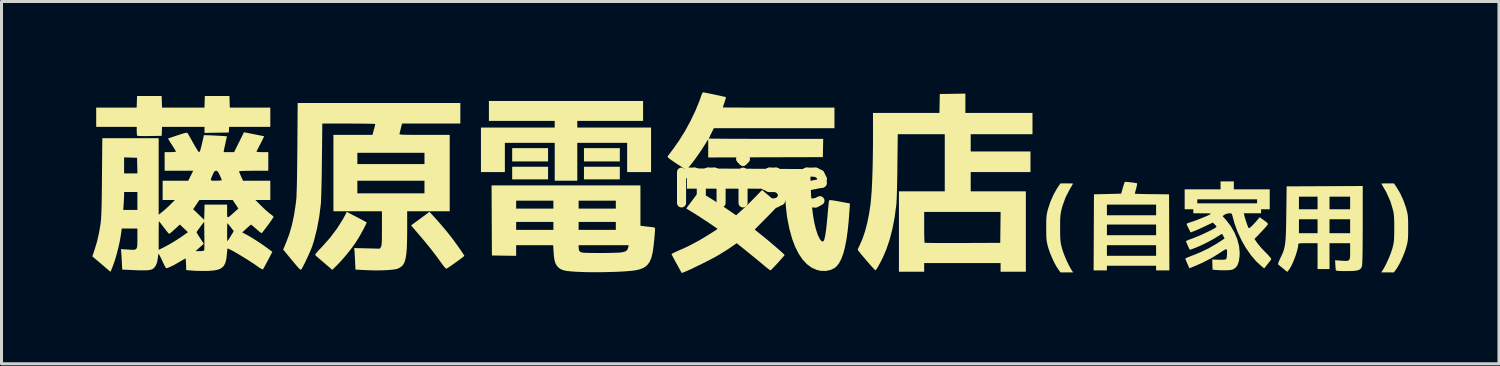
<source format=kicad_pcb>
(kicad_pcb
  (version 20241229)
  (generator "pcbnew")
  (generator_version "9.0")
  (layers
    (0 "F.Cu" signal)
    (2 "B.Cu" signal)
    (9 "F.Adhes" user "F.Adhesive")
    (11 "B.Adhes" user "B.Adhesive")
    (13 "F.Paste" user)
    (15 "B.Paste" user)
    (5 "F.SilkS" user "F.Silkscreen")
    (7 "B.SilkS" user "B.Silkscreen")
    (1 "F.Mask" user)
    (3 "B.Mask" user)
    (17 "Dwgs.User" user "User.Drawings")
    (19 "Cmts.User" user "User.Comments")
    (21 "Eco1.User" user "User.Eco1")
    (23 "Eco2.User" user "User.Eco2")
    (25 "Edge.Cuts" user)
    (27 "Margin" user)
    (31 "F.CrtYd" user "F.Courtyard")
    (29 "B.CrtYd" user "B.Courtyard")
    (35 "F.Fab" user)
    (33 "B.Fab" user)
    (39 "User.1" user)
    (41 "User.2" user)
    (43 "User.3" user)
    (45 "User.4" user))
  (footprint "mise"
    (layer "F.Cu")
    (at 21.752 2.964)
    (property "Reference" "mise" (at 0 0 0) (layer "F.SilkS") (effects (font (size 1.524 1.524) (thickness 0.3))))
    (attr board_only exclude_from_pos_files exclude_from_bom)
    (fp_poly (pts (xy -6.696 -0.681) (xy -7.881 -0.681) (xy -7.881 -1.12) (xy -6.696 -1.12)) (stroke (width 0) (type solid)) (fill yes) (layer "F.SilkS"))
    (fp_poly (pts (xy -6.696 -0.088) (xy -7.881 -0.088) (xy -7.881 -0.505) (xy -6.696 -0.505)) (stroke (width 0) (type solid)) (fill yes) (layer "F.SilkS"))
    (fp_poly (pts (xy -4.325 -0.681) (xy -5.51 -0.681) (xy -5.51 -1.12) (xy -4.325 -1.12)) (stroke (width 0) (type solid)) (fill yes) (layer "F.SilkS"))
    (fp_poly (pts (xy -4.325 -0.088) (xy -5.51 -0.088) (xy -5.51 -0.505) (xy -4.325 -0.505)) (stroke (width 0) (type solid)) (fill yes) (layer "F.SilkS"))
    (fp_poly (pts (xy -3.556 -2.02) (xy -5.73 -2.02) (xy -5.73 -1.8) (xy -3.293 -1.8) (xy -3.293 -0.329) (xy -4.083 -0.329) (xy -4.083 -1.295) (xy -5.73 -1.295) (xy -5.73 -0.044) (xy -6.476 -0.044) (xy -6.476 -1.295) (xy -8.123 -1.295) (xy -8.123 -0.329) (xy -8.913 -0.329) (xy -8.913 -1.8) (xy -6.476 -1.8) (xy -6.476 -2.02) (xy -8.65 -2.02) (xy -8.65 -2.678) (xy -3.556 -2.678)) (stroke (width 0) (type solid)) (fill yes) (layer "F.SilkS"))
    (fp_poly (pts (xy -19.455 -2.651) (xy -19.449 -2.459) (xy -18.047 -2.459) (xy -18.041 -2.651) (xy -18.035 -2.843) (xy -17.222 -2.843) (xy -17.216 -2.651) (xy -17.21 -2.459) (xy -15.872 -2.459) (xy -15.872 -1.822) (xy -17.231 -1.822) (xy -17.238 -1.729) (xy -17.244 -1.636) (xy -17.645 -1.63) (xy -18.046 -1.624) (xy -18.046 -1.822) (xy -19.449 -1.822) (xy -19.455 -1.674) (xy -19.462 -1.526) (xy -19.858 -1.52) (xy -19.986 -1.519) (xy -20.098 -1.519) (xy -20.188 -1.521) (xy -20.248 -1.525) (xy -20.27 -1.529) (xy -20.278 -1.557) (xy -20.283 -1.616) (xy -20.285 -1.683) (xy -20.285 -1.822) (xy -21.624 -1.822) (xy -21.624 -2.459) (xy -20.287 -2.459) (xy -20.28 -2.651) (xy -20.274 -2.843) (xy -19.462 -2.843)) (stroke (width 0) (type solid)) (fill yes) (layer "F.SilkS"))
    (fp_poly (pts (xy -13.023 1.155) (xy -12.915 1.211) (xy -12.821 1.261) (xy -12.748 1.3) (xy -12.703 1.324) (xy -12.691 1.331) (xy -12.695 1.354) (xy -12.718 1.408) (xy -12.756 1.485) (xy -12.806 1.579) (xy -12.862 1.682) (xy -12.922 1.787) (xy -12.982 1.887) (xy -13.038 1.976) (xy -13.05 1.995) (xy -13.179 2.176) (xy -13.328 2.367) (xy -13.486 2.553) (xy -13.639 2.719) (xy -13.683 2.762) (xy -13.824 2.901) (xy -14.085 2.678) (xy -14.177 2.599) (xy -14.26 2.528) (xy -14.325 2.471) (xy -14.367 2.434) (xy -14.378 2.425) (xy -14.386 2.409) (xy -14.38 2.386) (xy -14.357 2.35) (xy -14.312 2.298) (xy -14.242 2.222) (xy -14.179 2.157) (xy -13.905 1.85) (xy -13.665 1.532) (xy -13.463 1.21) (xy -13.394 1.08) (xy -13.346 0.986)) (stroke (width 0) (type solid)) (fill yes) (layer "F.SilkS"))
    (fp_poly (pts (xy -10.475 1.135) (xy -10.344 1.28) (xy -10.199 1.446) (xy -10.055 1.618) (xy -9.925 1.781) (xy -9.901 1.811) (xy -9.838 1.894) (xy -9.768 1.989) (xy -9.696 2.089) (xy -9.625 2.189) (xy -9.562 2.28) (xy -9.511 2.356) (xy -9.476 2.411) (xy -9.462 2.438) (xy -9.462 2.439) (xy -9.479 2.455) (xy -9.524 2.491) (xy -9.592 2.542) (xy -9.674 2.602) (xy -9.763 2.666) (xy -9.852 2.73) (xy -9.934 2.787) (xy -10.002 2.833) (xy -10.048 2.862) (xy -10.049 2.862) (xy -10.076 2.853) (xy -10.121 2.807) (xy -10.18 2.73) (xy -10.399 2.43) (xy -10.625 2.139) (xy -10.846 1.871) (xy -10.885 1.825) (xy -10.968 1.729) (xy -11.045 1.639) (xy -11.109 1.564) (xy -11.154 1.511) (xy -11.17 1.493) (xy -11.22 1.432) (xy -10.917 1.209) (xy -10.614 0.985)) (stroke (width 0) (type solid)) (fill yes) (layer "F.SilkS"))
    (fp_poly (pts (xy 12.464 -0.000058) (xy 12.544 0.008) (xy 12.626 0.018) (xy 12.698 0.028) (xy 12.749 0.037) (xy 12.765 0.043) (xy 12.765 0.071) (xy 12.754 0.129) (xy 12.735 0.206) (xy 12.732 0.216) (xy 12.711 0.293) (xy 12.696 0.353) (xy 12.689 0.382) (xy 12.689 0.384) (xy 12.71 0.387) (xy 12.769 0.39) (xy 12.861 0.393) (xy 12.978 0.396) (xy 13.117 0.399) (xy 13.254 0.4) (xy 13.82 0.406) (xy 13.831 2.92) (xy 13.392 2.92) (xy 13.392 2.766) (xy 11.767 2.766) (xy 11.767 2.92) (xy 11.328 2.92) (xy 11.33 2.437) (xy 11.767 2.437) (xy 13.392 2.437) (xy 13.392 2.086) (xy 11.767 2.086) (xy 11.767 2.437) (xy 11.33 2.437) (xy 11.333 1.756) (xy 11.767 1.756) (xy 13.392 1.756) (xy 13.392 1.405) (xy 11.767 1.405) (xy 11.767 1.756) (xy 11.333 1.756) (xy 11.336 1.098) (xy 11.767 1.098) (xy 13.392 1.098) (xy 13.392 0.746) (xy 11.767 0.746) (xy 11.767 1.098) (xy 11.336 1.098) (xy 11.339 0.406) (xy 11.788 0.395) (xy 12.237 0.384) (xy 12.293 0.19) (xy 12.319 0.106) (xy 12.34 0.039) (xy 12.356 0.001) (xy 12.36 -0.005) (xy 12.399 -0.005)) (stroke (width 0) (type solid)) (fill yes) (layer "F.SilkS"))
    (fp_poly (pts (xy 10.529 0.045) (xy 10.599 0.047) (xy 10.64 0.049) (xy 10.647 0.051) (xy 10.637 0.072) (xy 10.608 0.122) (xy 10.567 0.192) (xy 10.539 0.239) (xy 10.398 0.514) (xy 10.292 0.812) (xy 10.26 0.934) (xy 10.245 1.009) (xy 10.234 1.087) (xy 10.226 1.179) (xy 10.222 1.292) (xy 10.221 1.435) (xy 10.221 1.537) (xy 10.222 1.69) (xy 10.224 1.808) (xy 10.229 1.901) (xy 10.237 1.978) (xy 10.248 2.048) (xy 10.265 2.12) (xy 10.281 2.184) (xy 10.322 2.314) (xy 10.379 2.463) (xy 10.446 2.617) (xy 10.516 2.761) (xy 10.583 2.882) (xy 10.604 2.914) (xy 10.652 2.986) (xy 10.234 2.986) (xy 10.165 2.892) (xy 10.097 2.788) (xy 10.025 2.654) (xy 9.954 2.503) (xy 9.889 2.347) (xy 9.838 2.2) (xy 9.82 2.14) (xy 9.799 2.057) (xy 9.784 1.985) (xy 9.773 1.913) (xy 9.767 1.833) (xy 9.763 1.733) (xy 9.762 1.605) (xy 9.762 1.515) (xy 9.762 1.367) (xy 9.764 1.253) (xy 9.769 1.164) (xy 9.777 1.089) (xy 9.789 1.02) (xy 9.806 0.946) (xy 9.821 0.89) (xy 9.9 0.652) (xy 10 0.422) (xy 10.116 0.216) (xy 10.14 0.179) (xy 10.232 0.044) (xy 10.44 0.044)) (stroke (width 0) (type solid)) (fill yes) (layer "F.SilkS"))
    (fp_poly (pts (xy 21.341 0.179) (xy 21.458 0.377) (xy 21.562 0.604) (xy 21.646 0.842) (xy 21.66 0.89) (xy 21.681 0.972) (xy 21.697 1.043) (xy 21.708 1.113) (xy 21.714 1.191) (xy 21.718 1.288) (xy 21.719 1.412) (xy 21.719 1.515) (xy 21.719 1.664) (xy 21.717 1.778) (xy 21.712 1.869) (xy 21.704 1.944) (xy 21.691 2.015) (xy 21.674 2.09) (xy 21.661 2.14) (xy 21.617 2.279) (xy 21.557 2.433) (xy 21.489 2.588) (xy 21.416 2.731) (xy 21.346 2.85) (xy 21.316 2.892) (xy 21.247 2.986) (xy 20.829 2.986) (xy 20.877 2.914) (xy 20.942 2.805) (xy 21.012 2.666) (xy 21.081 2.514) (xy 21.142 2.362) (xy 21.189 2.224) (xy 21.2 2.184) (xy 21.221 2.103) (xy 21.236 2.032) (xy 21.247 1.961) (xy 21.253 1.882) (xy 21.257 1.784) (xy 21.259 1.659) (xy 21.26 1.537) (xy 21.26 1.372) (xy 21.257 1.242) (xy 21.252 1.139) (xy 21.243 1.054) (xy 21.23 0.977) (xy 21.221 0.934) (xy 21.129 0.629) (xy 21.001 0.344) (xy 20.942 0.239) (xy 20.895 0.161) (xy 20.859 0.098) (xy 20.837 0.059) (xy 20.834 0.051) (xy 20.854 0.048) (xy 20.909 0.046) (xy 20.988 0.044) (xy 21.041 0.044) (xy 21.249 0.044)) (stroke (width 0) (type solid)) (fill yes) (layer "F.SilkS"))
    (fp_poly (pts (xy 7.091 -2.283) (xy 9.308 -2.283) (xy 9.308 -1.581) (xy 7.267 -1.581) (xy 7.267 -1.01) (xy 9.242 -1.01) (xy 9.242 -0.329) (xy 7.267 -0.329) (xy 7.267 0.307) (xy 9.089 0.307) (xy 9.089 2.964) (xy 8.254 2.964) (xy 8.254 2.678) (xy 5.73 2.678) (xy 5.73 2.964) (xy 4.896 2.964) (xy 4.896 1.489) (xy 5.73 1.489) (xy 5.73 1.633) (xy 5.732 1.763) (xy 5.735 1.87) (xy 5.738 1.951) (xy 5.742 1.997) (xy 5.745 2.005) (xy 5.769 2.008) (xy 5.833 2.01) (xy 5.933 2.012) (xy 6.065 2.014) (xy 6.225 2.015) (xy 6.409 2.015) (xy 6.613 2.015) (xy 6.833 2.015) (xy 7.001 2.014) (xy 8.243 2.009) (xy 8.255 0.988) (xy 5.73 0.988) (xy 5.73 1.489) (xy 4.896 1.489) (xy 4.896 0.307) (xy 6.41 0.307) (xy 6.41 -1.581) (xy 4.857 -1.581) (xy 4.845 -0.521) (xy 4.843 -0.301) (xy 4.839 -0.087) (xy 4.835 0.116) (xy 4.83 0.301) (xy 4.825 0.464) (xy 4.819 0.599) (xy 4.814 0.7) (xy 4.809 0.757) (xy 4.753 1.175) (xy 4.679 1.556) (xy 4.589 1.904) (xy 4.48 2.224) (xy 4.387 2.444) (xy 4.335 2.552) (xy 4.281 2.659) (xy 4.228 2.756) (xy 4.181 2.836) (xy 4.144 2.892) (xy 4.121 2.916) (xy 4.121 2.916) (xy 4.102 2.902) (xy 4.061 2.86) (xy 4.002 2.796) (xy 3.931 2.717) (xy 3.853 2.628) (xy 3.774 2.535) (xy 3.698 2.446) (xy 3.631 2.365) (xy 3.578 2.298) (xy 3.544 2.253) (xy 3.534 2.236) (xy 3.544 2.207) (xy 3.568 2.152) (xy 3.599 2.089) (xy 3.692 1.875) (xy 3.777 1.625) (xy 3.85 1.344) (xy 3.912 1.04) (xy 3.959 0.718) (xy 3.962 0.69) (xy 3.979 0.514) (xy 3.995 0.3) (xy 4.008 0.051) (xy 4.019 -0.228) (xy 4.028 -0.533) (xy 4.034 -0.858) (xy 4.038 -1.2) (xy 4.039 -1.487) (xy 4.039 -2.283) (xy 6.234 -2.283) (xy 6.246 -2.909) (xy 6.668 -2.915) (xy 7.091 -2.921)) (stroke (width 0) (type solid)) (fill yes) (layer "F.SilkS"))
    (fp_poly (pts (xy -3.644 1.444) (xy -3.551 1.456) (xy -3.478 1.465) (xy -3.384 1.476) (xy -3.309 1.483) (xy -3.228 1.493) (xy -3.183 1.506) (xy -3.164 1.523) (xy -3.161 1.536) (xy -3.164 1.611) (xy -3.171 1.717) (xy -3.182 1.844) (xy -3.196 1.978) (xy -3.21 2.109) (xy -3.225 2.225) (xy -3.238 2.314) (xy -3.24 2.325) (xy -3.283 2.503) (xy -3.344 2.644) (xy -3.426 2.752) (xy -3.535 2.831) (xy -3.673 2.886) (xy -3.82 2.918) (xy -3.95 2.934) (xy -4.116 2.948) (xy -4.31 2.96) (xy -4.526 2.969) (xy -4.756 2.975) (xy -4.992 2.979) (xy -5.226 2.979) (xy -5.452 2.976) (xy -5.661 2.969) (xy -5.788 2.963) (xy -5.954 2.951) (xy -6.083 2.936) (xy -6.182 2.915) (xy -6.259 2.887) (xy -6.32 2.85) (xy -6.366 2.811) (xy -6.416 2.751) (xy -6.453 2.682) (xy -6.48 2.594) (xy -6.499 2.479) (xy -6.512 2.331) (xy -6.514 2.302) (xy -6.522 2.169) (xy -5.686 2.169) (xy -5.675 2.253) (xy -5.637 2.305) (xy -5.568 2.33) (xy -5.543 2.333) (xy -5.471 2.338) (xy -5.363 2.341) (xy -5.23 2.343) (xy -5.079 2.344) (xy -4.92 2.344) (xy -4.762 2.343) (xy -4.613 2.34) (xy -4.482 2.337) (xy -4.379 2.333) (xy -4.317 2.329) (xy -4.206 2.312) (xy -4.13 2.286) (xy -4.083 2.245) (xy -4.055 2.185) (xy -4.048 2.157) (xy -4.034 2.086) (xy -5.686 2.086) (xy -5.686 2.169) (xy -6.522 2.169) (xy -6.527 2.086) (xy -7.75 2.086) (xy -7.75 2.438) (xy -8.15 2.432) (xy -8.551 2.426) (xy -8.555 1.581) (xy -7.75 1.581) (xy -6.52 1.581) (xy -5.686 1.581) (xy -4.457 1.581) (xy -4.457 1.317) (xy -5.686 1.317) (xy -5.686 1.581) (xy -6.52 1.581) (xy -6.52 1.317) (xy -7.75 1.317) (xy -7.75 1.581) (xy -8.555 1.581) (xy -8.557 1.268) (xy -8.558 0.878) (xy -7.75 0.878) (xy -6.52 0.878) (xy -5.686 0.878) (xy -4.457 0.878) (xy -4.457 0.615) (xy -5.686 0.615) (xy -5.686 0.878) (xy -6.52 0.878) (xy -6.52 0.615) (xy -7.75 0.615) (xy -7.75 0.878) (xy -8.558 0.878) (xy -8.562 0.11) (xy -3.644 0.11)) (stroke (width 0) (type solid)) (fill yes) (layer "F.SilkS"))
    (fp_poly (pts (xy 20.218 1.421) (xy 20.217 1.72) (xy 20.216 1.976) (xy 20.214 2.194) (xy 20.212 2.374) (xy 20.209 2.518) (xy 20.205 2.63) (xy 20.201 2.712) (xy 20.195 2.765) (xy 20.19 2.788) (xy 20.167 2.84) (xy 20.132 2.88) (xy 20.081 2.908) (xy 20.007 2.926) (xy 19.904 2.937) (xy 19.767 2.941) (xy 19.675 2.942) (xy 19.537 2.941) (xy 19.438 2.937) (xy 19.373 2.931) (xy 19.339 2.922) (xy 19.331 2.914) (xy 19.325 2.88) (xy 19.319 2.815) (xy 19.314 2.736) (xy 19.305 2.584) (xy 19.512 2.598) (xy 19.624 2.605) (xy 19.703 2.604) (xy 19.754 2.589) (xy 19.784 2.554) (xy 19.798 2.492) (xy 19.802 2.398) (xy 19.802 2.293) (xy 19.802 2.02) (xy 19.121 2.02) (xy 19.121 2.876) (xy 18.726 2.876) (xy 18.726 2.02) (xy 18.408 2.02) (xy 18.284 2.02) (xy 18.197 2.022) (xy 18.14 2.026) (xy 18.108 2.032) (xy 18.093 2.043) (xy 18.09 2.058) (xy 18.09 2.061) (xy 18.08 2.149) (xy 18.052 2.264) (xy 18.012 2.397) (xy 17.962 2.535) (xy 17.907 2.669) (xy 17.85 2.787) (xy 17.797 2.879) (xy 17.776 2.906) (xy 17.725 2.969) (xy 17.583 2.853) (xy 17.516 2.798) (xy 17.461 2.752) (xy 17.427 2.724) (xy 17.423 2.72) (xy 17.424 2.695) (xy 17.442 2.639) (xy 17.474 2.563) (xy 17.504 2.499) (xy 17.544 2.415) (xy 17.577 2.339) (xy 17.605 2.264) (xy 17.627 2.186) (xy 17.645 2.1) (xy 17.659 2.001) (xy 17.67 1.885) (xy 17.678 1.746) (xy 17.68 1.69) (xy 18.111 1.69) (xy 18.726 1.69) (xy 19.121 1.69) (xy 19.802 1.69) (xy 19.802 1.229) (xy 19.121 1.229) (xy 19.121 1.69) (xy 18.726 1.69) (xy 18.726 1.229) (xy 18.111 1.229) (xy 18.111 1.69) (xy 17.68 1.69) (xy 17.684 1.579) (xy 17.688 1.381) (xy 17.692 1.145) (xy 17.693 1.043) (xy 17.695 0.9) (xy 18.111 0.9) (xy 18.726 0.9) (xy 19.121 0.9) (xy 19.802 0.9) (xy 19.802 0.483) (xy 19.121 0.483) (xy 19.121 0.9) (xy 18.726 0.9) (xy 18.726 0.483) (xy 18.111 0.483) (xy 18.111 0.9) (xy 17.695 0.9) (xy 17.705 0.143) (xy 18.962 0.137) (xy 20.219 0.131)) (stroke (width 0) (type solid)) (fill yes) (layer "F.SilkS"))
    (fp_poly (pts (xy 0.648 0.495) (xy 0.74 0.574) (xy 0.819 0.645) (xy 0.879 0.701) (xy 0.915 0.739) (xy 0.922 0.75) (xy 0.907 0.771) (xy 0.865 0.819) (xy 0.8 0.888) (xy 0.717 0.976) (xy 0.619 1.076) (xy 0.527 1.169) (xy 0.42 1.277) (xy 0.324 1.373) (xy 0.243 1.455) (xy 0.181 1.518) (xy 0.143 1.557) (xy 0.132 1.569) (xy 0.148 1.584) (xy 0.192 1.62) (xy 0.256 1.671) (xy 0.324 1.725) (xy 0.417 1.8) (xy 0.52 1.885) (xy 0.63 1.976) (xy 0.739 2.069) (xy 0.844 2.159) (xy 0.94 2.242) (xy 1.02 2.313) (xy 1.079 2.368) (xy 1.114 2.402) (xy 1.12 2.41) (xy 1.105 2.431) (xy 1.067 2.477) (xy 1.011 2.541) (xy 0.944 2.616) (xy 0.872 2.695) (xy 0.801 2.771) (xy 0.737 2.838) (xy 0.688 2.888) (xy 0.659 2.914) (xy 0.655 2.916) (xy 0.631 2.906) (xy 0.582 2.872) (xy 0.515 2.82) (xy 0.444 2.761) (xy 0.365 2.694) (xy 0.261 2.608) (xy 0.141 2.509) (xy 0.015 2.407) (xy -0.105 2.309) (xy -0.463 2.021) (xy -0.665 2.16) (xy -0.773 2.232) (xy -0.901 2.313) (xy -1.028 2.391) (xy -1.098 2.432) (xy -1.191 2.484) (xy -1.31 2.548) (xy -1.448 2.619) (xy -1.595 2.693) (xy -1.744 2.766) (xy -1.886 2.835) (xy -2.013 2.895) (xy -2.118 2.942) (xy -2.188 2.971) (xy -2.279 3.006) (xy -2.448 2.701) (xy -2.506 2.596) (xy -2.555 2.505) (xy -2.592 2.434) (xy -2.613 2.391) (xy -2.616 2.38) (xy -2.597 2.366) (xy -2.545 2.339) (xy -2.469 2.302) (xy -2.378 2.262) (xy -2.174 2.171) (xy -1.994 2.084) (xy -1.816 1.99) (xy -1.679 1.914) (xy -1.604 1.87) (xy -1.514 1.816) (xy -1.418 1.758) (xy -1.323 1.698) (xy -1.236 1.643) (xy -1.165 1.597) (xy -1.116 1.564) (xy -1.098 1.548) (xy -1.098 1.548) (xy -1.115 1.533) (xy -1.163 1.499) (xy -1.236 1.449) (xy -1.327 1.387) (xy -1.431 1.317) (xy -1.541 1.245) (xy -1.65 1.173) (xy -1.754 1.106) (xy -1.845 1.048) (xy -1.905 1.011) (xy -2.131 0.873) (xy -2.079 0.804) (xy -2.045 0.759) (xy -1.993 0.689) (xy -1.929 0.604) (xy -1.867 0.521) (xy -1.707 0.307) (xy -1.627 0.355) (xy -1.432 0.475) (xy -1.265 0.578) (xy -1.118 0.671) (xy -0.98 0.761) (xy -0.844 0.852) (xy -0.785 0.892) (xy -0.484 1.099) (xy -0.291 0.926) (xy -0.202 0.843) (xy -0.096 0.741) (xy 0.016 0.631) (xy 0.121 0.525) (xy 0.138 0.507) (xy 0.374 0.262)) (stroke (width 0) (type solid)) (fill yes) (layer "F.SilkS"))
    (fp_poly (pts (xy -9.594 -1.932) (xy -11.52 -1.932) (xy -11.557 -1.784) (xy -11.577 -1.703) (xy -11.594 -1.636) (xy -11.605 -1.597) (xy -11.606 -1.587) (xy -11.599 -1.579) (xy -11.58 -1.573) (xy -11.546 -1.568) (xy -11.492 -1.564) (xy -11.415 -1.562) (xy -11.31 -1.56) (xy -11.173 -1.559) (xy -11 -1.559) (xy -10.788 -1.559) (xy -9.945 -1.559) (xy -9.945 0.966) (xy -11.35 0.966) (xy -11.35 1.542) (xy -11.352 1.809) (xy -11.357 2.035) (xy -11.365 2.224) (xy -11.379 2.381) (xy -11.399 2.509) (xy -11.425 2.611) (xy -11.459 2.692) (xy -11.502 2.755) (xy -11.555 2.803) (xy -11.618 2.84) (xy -11.68 2.867) (xy -11.753 2.884) (xy -11.863 2.898) (xy -12.003 2.909) (xy -12.166 2.916) (xy -12.345 2.919) (xy -12.533 2.917) (xy -12.723 2.91) (xy -12.738 2.909) (xy -13.058 2.893) (xy -13.072 2.594) (xy -13.078 2.479) (xy -13.084 2.375) (xy -13.089 2.293) (xy -13.094 2.243) (xy -13.094 2.238) (xy -13.103 2.181) (xy -12.68 2.191) (xy -12.256 2.201) (xy -12.22 2.149) (xy -12.209 2.128) (xy -12.2 2.098) (xy -12.194 2.053) (xy -12.189 1.987) (xy -12.186 1.896) (xy -12.185 1.775) (xy -12.184 1.617) (xy -12.184 1.532) (xy -12.184 0.966) (xy -13.787 0.966) (xy -13.787 0.373) (xy -12.996 0.373) (xy -10.779 0.373) (xy -10.779 -0.044) (xy -12.996 -0.044) (xy -12.996 0.373) (xy -13.787 0.373) (xy -13.787 -0.593) (xy -12.996 -0.593) (xy -10.779 -0.593) (xy -10.779 -0.966) (xy -12.996 -0.966) (xy -12.996 -0.593) (xy -13.787 -0.593) (xy -13.787 -1.559) (xy -12.496 -1.559) (xy -12.45 -1.73) (xy -12.428 -1.812) (xy -12.412 -1.877) (xy -12.404 -1.913) (xy -12.404 -1.917) (xy -12.425 -1.92) (xy -12.485 -1.923) (xy -12.58 -1.926) (xy -12.705 -1.928) (xy -12.855 -1.93) (xy -13.026 -1.931) (xy -13.213 -1.932) (xy -13.279 -1.932) (xy -14.154 -1.932) (xy -14.167 -0.719) (xy -14.17 -0.483) (xy -14.173 -0.254) (xy -14.177 -0.035) (xy -14.182 0.167) (xy -14.187 0.347) (xy -14.192 0.501) (xy -14.197 0.624) (xy -14.201 0.71) (xy -14.204 0.735) (xy -14.256 1.15) (xy -14.331 1.549) (xy -14.425 1.923) (xy -14.482 2.107) (xy -14.51 2.181) (xy -14.551 2.28) (xy -14.601 2.393) (xy -14.655 2.513) (xy -14.711 2.63) (xy -14.763 2.735) (xy -14.807 2.82) (xy -14.84 2.875) (xy -14.845 2.883) (xy -14.857 2.894) (xy -14.873 2.894) (xy -14.896 2.88) (xy -14.931 2.847) (xy -14.981 2.791) (xy -15.05 2.71) (xy -15.143 2.599) (xy -15.161 2.577) (xy -15.447 2.23) (xy -15.353 2.01) (xy -15.248 1.731) (xy -15.161 1.432) (xy -15.09 1.106) (xy -15.035 0.747) (xy -15.014 0.571) (xy -15.008 0.502) (xy -15.004 0.393) (xy -14.999 0.246) (xy -14.994 0.066) (xy -14.99 -0.146) (xy -14.986 -0.384) (xy -14.983 -0.646) (xy -14.98 -0.929) (xy -14.978 -1.136) (xy -14.968 -2.612) (xy -9.594 -2.612)) (stroke (width 0) (type solid)) (fill yes) (layer "F.SilkS"))
    (fp_poly (pts (xy -1.543 -2.959) (xy -1.479 -2.947) (xy -1.391 -2.93) (xy -1.288 -2.909) (xy -1.178 -2.885) (xy -1.069 -2.862) (xy -0.97 -2.84) (xy -0.89 -2.822) (xy -0.837 -2.809) (xy -0.82 -2.803) (xy -0.823 -2.78) (xy -0.837 -2.726) (xy -0.86 -2.652) (xy -0.867 -2.632) (xy -0.893 -2.555) (xy -0.912 -2.496) (xy -0.921 -2.466) (xy -0.922 -2.464) (xy -0.9 -2.463) (xy -0.838 -2.463) (xy -0.739 -2.462) (xy -0.605 -2.461) (xy -0.44 -2.461) (xy -0.247 -2.46) (xy -0.03 -2.46) (xy 0.209 -2.459) (xy 0.467 -2.459) (xy 0.739 -2.459) (xy 0.922 -2.459) (xy 2.766 -2.459) (xy 2.766 -1.778) (xy -1.22 -1.778) (xy -1.301 -1.613) (xy -1.339 -1.537) (xy -1.367 -1.476) (xy -1.382 -1.442) (xy -1.383 -1.438) (xy -1.362 -1.436) (xy -1.299 -1.434) (xy -1.2 -1.433) (xy -1.066 -1.432) (xy -0.9 -1.431) (xy -0.707 -1.429) (xy -0.488 -1.429) (xy -0.248 -1.428) (xy 0.01 -1.427) (xy 0.284 -1.427) (xy 0.506 -1.427) (xy 2.394 -1.427) (xy 2.382 -0.823) (xy 0.488 -0.818) (xy -1.405 -0.812) (xy -1.405 -1.114) (xy -1.405 -1.416) (xy -1.485 -1.284) (xy -1.56 -1.165) (xy -1.648 -1.03) (xy -1.743 -0.891) (xy -1.837 -0.76) (xy -1.921 -0.647) (xy -1.973 -0.582) (xy -2.083 -0.45) (xy -0.059 -0.439) (xy 1.965 -0.428) (xy 1.979 0.11) (xy 1.994 0.453) (xy 2.019 0.771) (xy 2.053 1.06) (xy 2.095 1.316) (xy 2.147 1.537) (xy 2.206 1.72) (xy 2.23 1.777) (xy 2.283 1.883) (xy 2.33 1.946) (xy 2.372 1.967) (xy 2.404 1.952) (xy 2.427 1.908) (xy 2.45 1.82) (xy 2.473 1.691) (xy 2.496 1.521) (xy 2.518 1.312) (xy 2.536 1.12) (xy 2.547 0.984) (xy 2.559 0.86) (xy 2.569 0.757) (xy 2.577 0.681) (xy 2.582 0.641) (xy 2.582 0.64) (xy 2.586 0.62) (xy 2.593 0.606) (xy 2.609 0.599) (xy 2.64 0.598) (xy 2.691 0.603) (xy 2.767 0.615) (xy 2.875 0.634) (xy 3.021 0.661) (xy 3.027 0.662) (xy 3.277 0.709) (xy 3.262 0.942) (xy 3.234 1.308) (xy 3.2 1.632) (xy 3.159 1.916) (xy 3.111 2.161) (xy 3.056 2.368) (xy 2.992 2.539) (xy 2.921 2.676) (xy 2.841 2.779) (xy 2.771 2.839) (xy 2.636 2.905) (xy 2.482 2.937) (xy 2.317 2.934) (xy 2.187 2.906) (xy 2.015 2.83) (xy 1.857 2.714) (xy 1.711 2.558) (xy 1.58 2.363) (xy 1.464 2.131) (xy 1.364 1.863) (xy 1.28 1.56) (xy 1.213 1.224) (xy 1.198 1.131) (xy 1.187 1.046) (xy 1.174 0.932) (xy 1.161 0.8) (xy 1.149 0.661) (xy 1.137 0.525) (xy 1.128 0.402) (xy 1.122 0.303) (xy 1.12 0.247) (xy 1.111 0.242) (xy 1.085 0.237) (xy 1.038 0.233) (xy 0.967 0.23) (xy 0.871 0.227) (xy 0.746 0.224) (xy 0.591 0.223) (xy 0.403 0.221) (xy 0.179 0.22) (xy -0.084 0.22) (xy -0.386 0.22) (xy -0.494 0.22) (xy -2.108 0.22) (xy -2.108 -0.099) (xy -2.109 -0.232) (xy -2.112 -0.326) (xy -2.118 -0.385) (xy -2.127 -0.413) (xy -2.134 -0.417) (xy -2.161 -0.429) (xy -2.217 -0.461) (xy -2.296 -0.509) (xy -2.391 -0.57) (xy -2.464 -0.618) (xy -2.576 -0.693) (xy -2.656 -0.748) (xy -2.707 -0.788) (xy -2.736 -0.816) (xy -2.746 -0.836) (xy -2.742 -0.853) (xy -2.739 -0.858) (xy -2.715 -0.89) (xy -2.671 -0.949) (xy -2.614 -1.025) (xy -2.556 -1.101) (xy -2.358 -1.384) (xy -2.166 -1.693) (xy -1.989 -2.019) (xy -1.831 -2.348) (xy -1.699 -2.67) (xy -1.636 -2.848) (xy -1.612 -2.912) (xy -1.587 -2.954) (xy -1.573 -2.964)) (stroke (width 0) (type solid)) (fill yes) (layer "F.SilkS"))
    (fp_poly (pts (xy 15.96 0.241) (xy 17.146 0.241) (xy 17.146 0.9) (xy 16.86 0.9) (xy 16.86 1.032) (xy 16.289 1.032) (xy 16.303 1.092) (xy 16.32 1.157) (xy 16.345 1.24) (xy 16.374 1.329) (xy 16.403 1.413) (xy 16.428 1.479) (xy 16.444 1.516) (xy 16.445 1.516) (xy 16.465 1.522) (xy 16.503 1.5) (xy 16.56 1.449) (xy 16.638 1.366) (xy 16.741 1.25) (xy 16.744 1.246) (xy 16.815 1.163) (xy 16.957 1.265) (xy 17.029 1.318) (xy 17.069 1.355) (xy 17.084 1.382) (xy 17.079 1.406) (xy 17.078 1.409) (xy 17.055 1.439) (xy 17.008 1.494) (xy 16.942 1.566) (xy 16.866 1.648) (xy 16.849 1.665) (xy 16.643 1.88) (xy 16.722 1.999) (xy 16.77 2.062) (xy 16.839 2.144) (xy 16.922 2.235) (xy 17.007 2.323) (xy 17.096 2.414) (xy 17.158 2.485) (xy 17.192 2.533) (xy 17.197 2.553) (xy 17.176 2.582) (xy 17.136 2.635) (xy 17.084 2.701) (xy 17.072 2.716) (xy 16.963 2.852) (xy 16.882 2.788) (xy 16.699 2.621) (xy 16.525 2.416) (xy 16.361 2.182) (xy 16.214 1.925) (xy 16.086 1.652) (xy 15.982 1.369) (xy 15.907 1.092) (xy 15.893 1.053) (xy 15.865 1.036) (xy 15.808 1.032) (xy 15.805 1.032) (xy 15.707 1.05) (xy 15.653 1.079) (xy 15.589 1.126) (xy 15.699 1.249) (xy 15.854 1.448) (xy 15.979 1.663) (xy 16.073 1.887) (xy 16.132 2.114) (xy 16.154 2.337) (xy 16.148 2.47) (xy 16.124 2.619) (xy 16.088 2.731) (xy 16.035 2.813) (xy 15.962 2.87) (xy 15.922 2.89) (xy 15.864 2.904) (xy 15.771 2.913) (xy 15.654 2.916) (xy 15.522 2.914) (xy 15.385 2.907) (xy 15.351 2.904) (xy 15.258 2.895) (xy 15.253 2.787) (xy 15.251 2.709) (xy 15.248 2.64) (xy 15.248 2.619) (xy 15.247 2.56) (xy 15.469 2.566) (xy 15.591 2.567) (xy 15.669 2.561) (xy 15.706 2.549) (xy 15.707 2.547) (xy 15.721 2.505) (xy 15.731 2.437) (xy 15.736 2.359) (xy 15.736 2.288) (xy 15.729 2.239) (xy 15.727 2.233) (xy 15.713 2.221) (xy 15.688 2.224) (xy 15.645 2.245) (xy 15.579 2.287) (xy 15.501 2.339) (xy 15.222 2.512) (xy 14.918 2.668) (xy 14.705 2.762) (xy 14.493 2.85) (xy 14.425 2.698) (xy 14.393 2.623) (xy 14.369 2.564) (xy 14.358 2.532) (xy 14.358 2.53) (xy 14.377 2.516) (xy 14.429 2.492) (xy 14.505 2.461) (xy 14.561 2.44) (xy 14.845 2.325) (xy 15.12 2.193) (xy 15.371 2.05) (xy 15.434 2.01) (xy 15.654 1.866) (xy 15.618 1.795) (xy 15.592 1.746) (xy 15.575 1.716) (xy 15.573 1.715) (xy 15.553 1.721) (xy 15.506 1.747) (xy 15.444 1.786) (xy 15.301 1.874) (xy 15.132 1.967) (xy 14.953 2.057) (xy 14.779 2.136) (xy 14.713 2.164) (xy 14.627 2.197) (xy 14.558 2.222) (xy 14.515 2.235) (xy 14.504 2.236) (xy 14.484 2.198) (xy 14.456 2.139) (xy 14.426 2.072) (xy 14.4 2.01) (xy 14.383 1.967) (xy 14.379 1.956) (xy 14.399 1.941) (xy 14.451 1.917) (xy 14.527 1.887) (xy 14.582 1.868) (xy 14.674 1.833) (xy 14.785 1.787) (xy 14.907 1.734) (xy 15.031 1.677) (xy 15.147 1.621) (xy 15.248 1.57) (xy 15.323 1.529) (xy 15.356 1.507) (xy 15.382 1.484) (xy 15.384 1.464) (xy 15.359 1.432) (xy 15.333 1.405) (xy 15.266 1.338) (xy 15.015 1.458) (xy 14.906 1.509) (xy 14.8 1.557) (xy 14.708 1.597) (xy 14.648 1.621) (xy 14.532 1.665) (xy 14.467 1.535) (xy 14.433 1.466) (xy 14.41 1.411) (xy 14.401 1.385) (xy 14.421 1.366) (xy 14.469 1.346) (xy 14.495 1.338) (xy 14.56 1.318) (xy 14.649 1.287) (xy 14.754 1.248) (xy 14.864 1.205) (xy 14.971 1.162) (xy 15.066 1.122) (xy 15.139 1.089) (xy 15.18 1.067) (xy 15.182 1.065) (xy 15.195 1.052) (xy 15.19 1.044) (xy 15.163 1.038) (xy 15.107 1.034) (xy 15.016 1.033) (xy 14.923 1.033) (xy 14.621 1.032) (xy 14.621 0.9) (xy 14.336 0.9) (xy 14.336 0.703) (xy 14.753 0.703) (xy 16.728 0.703) (xy 16.728 0.571) (xy 14.753 0.571) (xy 14.753 0.703) (xy 14.336 0.703) (xy 14.336 0.241) (xy 15.521 0.241) (xy 15.521 -0.022) (xy 15.96 -0.022)) (stroke (width 0) (type solid)) (fill yes) (layer "F.SilkS"))
    (fp_poly (pts (xy -16.675 -1.631) (xy -16.627 -1.622) (xy -16.547 -1.607) (xy -16.448 -1.587) (xy -16.347 -1.567) (xy -16.245 -1.547) (xy -16.161 -1.53) (xy -16.102 -1.519) (xy -16.078 -1.515) (xy -16.078 -1.515) (xy -16.084 -1.497) (xy -16.107 -1.447) (xy -16.143 -1.372) (xy -16.189 -1.281) (xy -16.196 -1.268) (xy -16.244 -1.173) (xy -16.285 -1.092) (xy -16.315 -1.034) (xy -16.329 -1.005) (xy -16.329 -1.004) (xy -16.313 -0.997) (xy -16.261 -0.992) (xy -16.184 -0.988) (xy -16.138 -0.988) (xy -15.938 -0.988) (xy -15.938 -0.373) (xy -16.421 -0.373) (xy -16.567 -0.372) (xy -16.694 -0.37) (xy -16.796 -0.366) (xy -16.867 -0.361) (xy -16.902 -0.355) (xy -16.904 -0.353) (xy -16.896 -0.325) (xy -16.873 -0.268) (xy -16.842 -0.195) (xy -16.839 -0.189) (xy -16.774 -0.044) (xy -15.872 -0.044) (xy -15.872 0.593) (xy -16.365 0.593) (xy -16.18 0.779) (xy -16.094 0.862) (xy -16.006 0.943) (xy -15.927 1.011) (xy -15.879 1.048) (xy -15.82 1.092) (xy -15.778 1.129) (xy -15.763 1.147) (xy -15.775 1.171) (xy -15.808 1.222) (xy -15.856 1.292) (xy -15.914 1.374) (xy -15.977 1.459) (xy -16.038 1.541) (xy -16.092 1.612) (xy -16.134 1.664) (xy -16.158 1.689) (xy -16.16 1.69) (xy -16.183 1.677) (xy -16.23 1.64) (xy -16.294 1.586) (xy -16.338 1.548) (xy -16.407 1.487) (xy -16.464 1.44) (xy -16.5 1.411) (xy -16.509 1.406) (xy -16.529 1.42) (xy -16.573 1.458) (xy -16.633 1.511) (xy -16.66 1.536) (xy -16.8 1.665) (xy -16.71 1.711) (xy -16.588 1.777) (xy -16.445 1.863) (xy -16.293 1.959) (xy -16.143 2.059) (xy -16.01 2.154) (xy -16.01 2.154) (xy -15.805 2.306) (xy -15.951 2.586) (xy -16.005 2.687) (xy -16.052 2.775) (xy -16.089 2.841) (xy -16.112 2.879) (xy -16.115 2.884) (xy -16.14 2.881) (xy -16.19 2.856) (xy -16.256 2.814) (xy -16.282 2.795) (xy -16.383 2.724) (xy -16.499 2.647) (xy -16.626 2.565) (xy -16.757 2.484) (xy -16.885 2.406) (xy -17.006 2.335) (xy -17.112 2.275) (xy -17.199 2.23) (xy -17.259 2.202) (xy -17.284 2.195) (xy -17.29 2.216) (xy -17.296 2.269) (xy -17.303 2.347) (xy -17.306 2.376) (xy -17.324 2.54) (xy -17.356 2.669) (xy -17.406 2.768) (xy -17.479 2.839) (xy -17.579 2.888) (xy -17.711 2.918) (xy -17.88 2.933) (xy -17.947 2.936) (xy -18.08 2.937) (xy -18.221 2.936) (xy -18.352 2.932) (xy -18.441 2.926) (xy -18.649 2.909) (xy -18.656 2.717) (xy -18.66 2.631) (xy -18.665 2.565) (xy -18.671 2.529) (xy -18.673 2.525) (xy -18.696 2.535) (xy -18.747 2.564) (xy -18.818 2.605) (xy -18.865 2.633) (xy -18.984 2.702) (xy -19.093 2.761) (xy -19.188 2.806) (xy -19.261 2.836) (xy -19.307 2.847) (xy -19.315 2.845) (xy -19.332 2.821) (xy -19.362 2.766) (xy -19.401 2.688) (xy -19.441 2.602) (xy -19.484 2.511) (xy -19.521 2.437) (xy -19.549 2.388) (xy -19.562 2.371) (xy -19.571 2.391) (xy -19.58 2.443) (xy -19.588 2.512) (xy -19.613 2.657) (xy -19.662 2.773) (xy -19.733 2.856) (xy -19.741 2.862) (xy -19.782 2.885) (xy -19.839 2.902) (xy -19.915 2.913) (xy -20.016 2.918) (xy -20.148 2.918) (xy -20.316 2.913) (xy -20.403 2.909) (xy -20.764 2.893) (xy -20.777 2.638) (xy -20.783 2.527) (xy -20.79 2.424) (xy -20.795 2.342) (xy -20.799 2.299) (xy -20.801 2.283) (xy -18.342 2.283) (xy -18.204 2.283) (xy -18.113 2.278) (xy -18.064 2.264) (xy -18.055 2.255) (xy -18.053 2.226) (xy -18.05 2.159) (xy -18.049 2.063) (xy -18.049 1.943) (xy -18.05 1.808) (xy -18.051 1.768) (xy -18.052 1.657) (xy -17.299 1.657) (xy -17.299 1.766) (xy -17.297 1.856) (xy -17.294 1.921) (xy -17.291 1.952) (xy -17.29 1.954) (xy -17.275 1.936) (xy -17.244 1.89) (xy -17.201 1.822) (xy -17.18 1.788) (xy -17.079 1.622) (xy -17.179 1.492) (xy -17.229 1.429) (xy -17.268 1.383) (xy -17.288 1.362) (xy -17.29 1.361) (xy -17.293 1.382) (xy -17.296 1.438) (xy -17.298 1.523) (xy -17.299 1.627) (xy -17.299 1.657) (xy -18.052 1.657) (xy -18.057 1.31) (xy -18.183 1.477) (xy -18.237 1.551) (xy -18.28 1.611) (xy -18.305 1.65) (xy -18.309 1.659) (xy -18.298 1.682) (xy -18.267 1.733) (xy -18.223 1.804) (xy -18.189 1.856) (xy -18.07 2.04) (xy -18.206 2.161) (xy -18.342 2.283) (xy -20.801 2.283) (xy -20.805 2.239) (xy -19.56 2.239) (xy -19.456 2.19) (xy -19.39 2.157) (xy -19.301 2.109) (xy -19.204 2.056) (xy -19.16 2.031) (xy -19.05 1.966) (xy -18.927 1.888) (xy -18.812 1.812) (xy -18.78 1.789) (xy -18.592 1.657) (xy -18.726 1.531) (xy -18.86 1.404) (xy -19.028 1.558) (xy -19.099 1.622) (xy -19.159 1.673) (xy -19.2 1.705) (xy -19.213 1.712) (xy -19.232 1.696) (xy -19.272 1.651) (xy -19.325 1.584) (xy -19.387 1.504) (xy -19.449 1.423) (xy -19.5 1.356) (xy -19.537 1.312) (xy -19.552 1.295) (xy -19.555 1.316) (xy -19.557 1.375) (xy -19.558 1.464) (xy -19.56 1.579) (xy -19.56 1.712) (xy -19.56 1.767) (xy -19.56 2.239) (xy -20.805 2.239) (xy -20.808 2.217) (xy -20.565 2.231) (xy -20.458 2.238) (xy -20.38 2.238) (xy -20.326 2.226) (xy -20.292 2.197) (xy -20.273 2.145) (xy -20.265 2.064) (xy -20.263 1.949) (xy -20.263 1.851) (xy -20.263 1.537) (xy -20.78 1.537) (xy -20.807 1.736) (xy -20.841 1.936) (xy -20.888 2.153) (xy -20.945 2.376) (xy -21.008 2.589) (xy -21.075 2.779) (xy -21.112 2.871) (xy -21.152 2.966) (xy -21.452 2.71) (xy -21.752 2.454) (xy -21.687 2.266) (xy -21.602 1.987) (xy -21.531 1.682) (xy -21.479 1.372) (xy -21.471 1.304) (xy -21.464 1.226) (xy -21.458 1.134) (xy -21.453 1.023) (xy -21.449 0.922) (xy -20.731 0.922) (xy -20.263 0.922) (xy -20.263 0.329) (xy -20.702 0.329) (xy -20.702 0.425) (xy -20.704 0.491) (xy -20.708 0.584) (xy -20.714 0.688) (xy -20.716 0.721) (xy -20.731 0.922) (xy -21.449 0.922) (xy -21.448 0.891) (xy -21.444 0.734) (xy -21.441 0.547) (xy -21.438 0.327) (xy -21.435 0.07) (xy -21.433 -0.17) (xy -21.428 -0.814) (xy -20.702 -0.814) (xy -20.702 -0.285) (xy -20.262 -0.285) (xy -20.268 -0.543) (xy -20.274 -0.801) (xy -20.488 -0.808) (xy -20.702 -0.814) (xy -21.428 -0.814) (xy -21.422 -1.449) (xy -19.56 -1.449) (xy -19.56 1.079) (xy -19.434 0.979) (xy -19.357 0.915) (xy -19.337 0.897) (xy -18.421 0.897) (xy -18.239 1.072) (xy -18.057 1.248) (xy -18.05 0.997) (xy -18.044 0.746) (xy -17.299 0.746) (xy -17.299 0.967) (xy -17.299 1.066) (xy -17.296 1.13) (xy -17.283 1.161) (xy -17.256 1.16) (xy -17.209 1.127) (xy -17.137 1.064) (xy -17.081 1.014) (xy -16.927 0.876) (xy -17.02 0.735) (xy -17.113 0.594) (xy -17.663 0.593) (xy -18.214 0.593) (xy -18.317 0.745) (xy -18.421 0.897) (xy -19.337 0.897) (xy -19.267 0.834) (xy -19.181 0.752) (xy -19.166 0.736) (xy -19.024 0.593) (xy -19.429 0.593) (xy -19.429 -0.044) (xy -18.582 -0.044) (xy -18.555 -0.099) (xy -17.834 -0.099) (xy -17.834 -0.064) (xy -17.806 -0.048) (xy -17.749 -0.044) (xy -17.663 -0.044) (xy -17.578 -0.046) (xy -17.513 -0.052) (xy -17.478 -0.06) (xy -17.475 -0.063) (xy -17.484 -0.092) (xy -17.507 -0.148) (xy -17.539 -0.22) (xy -17.543 -0.228) (xy -17.582 -0.306) (xy -17.612 -0.35) (xy -17.64 -0.37) (xy -17.664 -0.373) (xy -17.698 -0.365) (xy -17.728 -0.336) (xy -17.76 -0.276) (xy -17.769 -0.255) (xy -17.811 -0.16) (xy -17.834 -0.099) (xy -18.555 -0.099) (xy -18.419 -0.373) (xy -19.363 -0.373) (xy -19.363 -0.988) (xy -19.176 -0.988) (xy -19.092 -0.99) (xy -19.027 -0.995) (xy -18.993 -1.002) (xy -18.99 -1.005) (xy -19.001 -1.029) (xy -19.031 -1.082) (xy -19.076 -1.155) (xy -19.122 -1.227) (xy -19.175 -1.31) (xy -19.216 -1.377) (xy -19.242 -1.422) (xy -19.249 -1.438) (xy -19.227 -1.446) (xy -19.17 -1.466) (xy -19.087 -1.494) (xy -18.985 -1.528) (xy -18.935 -1.545) (xy -18.813 -1.585) (xy -18.726 -1.611) (xy -18.668 -1.625) (xy -18.631 -1.628) (xy -18.611 -1.622) (xy -18.604 -1.615) (xy -18.586 -1.586) (xy -18.551 -1.525) (xy -18.503 -1.441) (xy -18.448 -1.341) (xy -18.418 -1.286) (xy -18.36 -1.184) (xy -18.307 -1.097) (xy -18.265 -1.031) (xy -18.236 -0.994) (xy -18.228 -0.989) (xy -18.214 -0.994) (xy -18.2 -1.014) (xy -18.184 -1.055) (xy -18.165 -1.123) (xy -18.14 -1.222) (xy -18.11 -1.35) (xy -18.064 -1.55) (xy -17.863 -1.543) (xy -17.744 -1.538) (xy -17.613 -1.531) (xy -17.498 -1.525) (xy -17.483 -1.524) (xy -17.304 -1.511) (xy -17.347 -1.321) (xy -17.368 -1.225) (xy -17.387 -1.137) (xy -17.4 -1.073) (xy -17.402 -1.059) (xy -17.415 -0.988) (xy -17.068 -0.988) (xy -16.905 -1.316) (xy -16.742 -1.644)) (stroke (width 0) (type solid)) (fill yes) (layer "F.SilkS")))
  (gr_rect
    (start -3 -3)
    (end 46.471 8.969)
    (stroke (width 0.1) (type default))
    (fill no)
    (layer "Edge.Cuts")))
</source>
